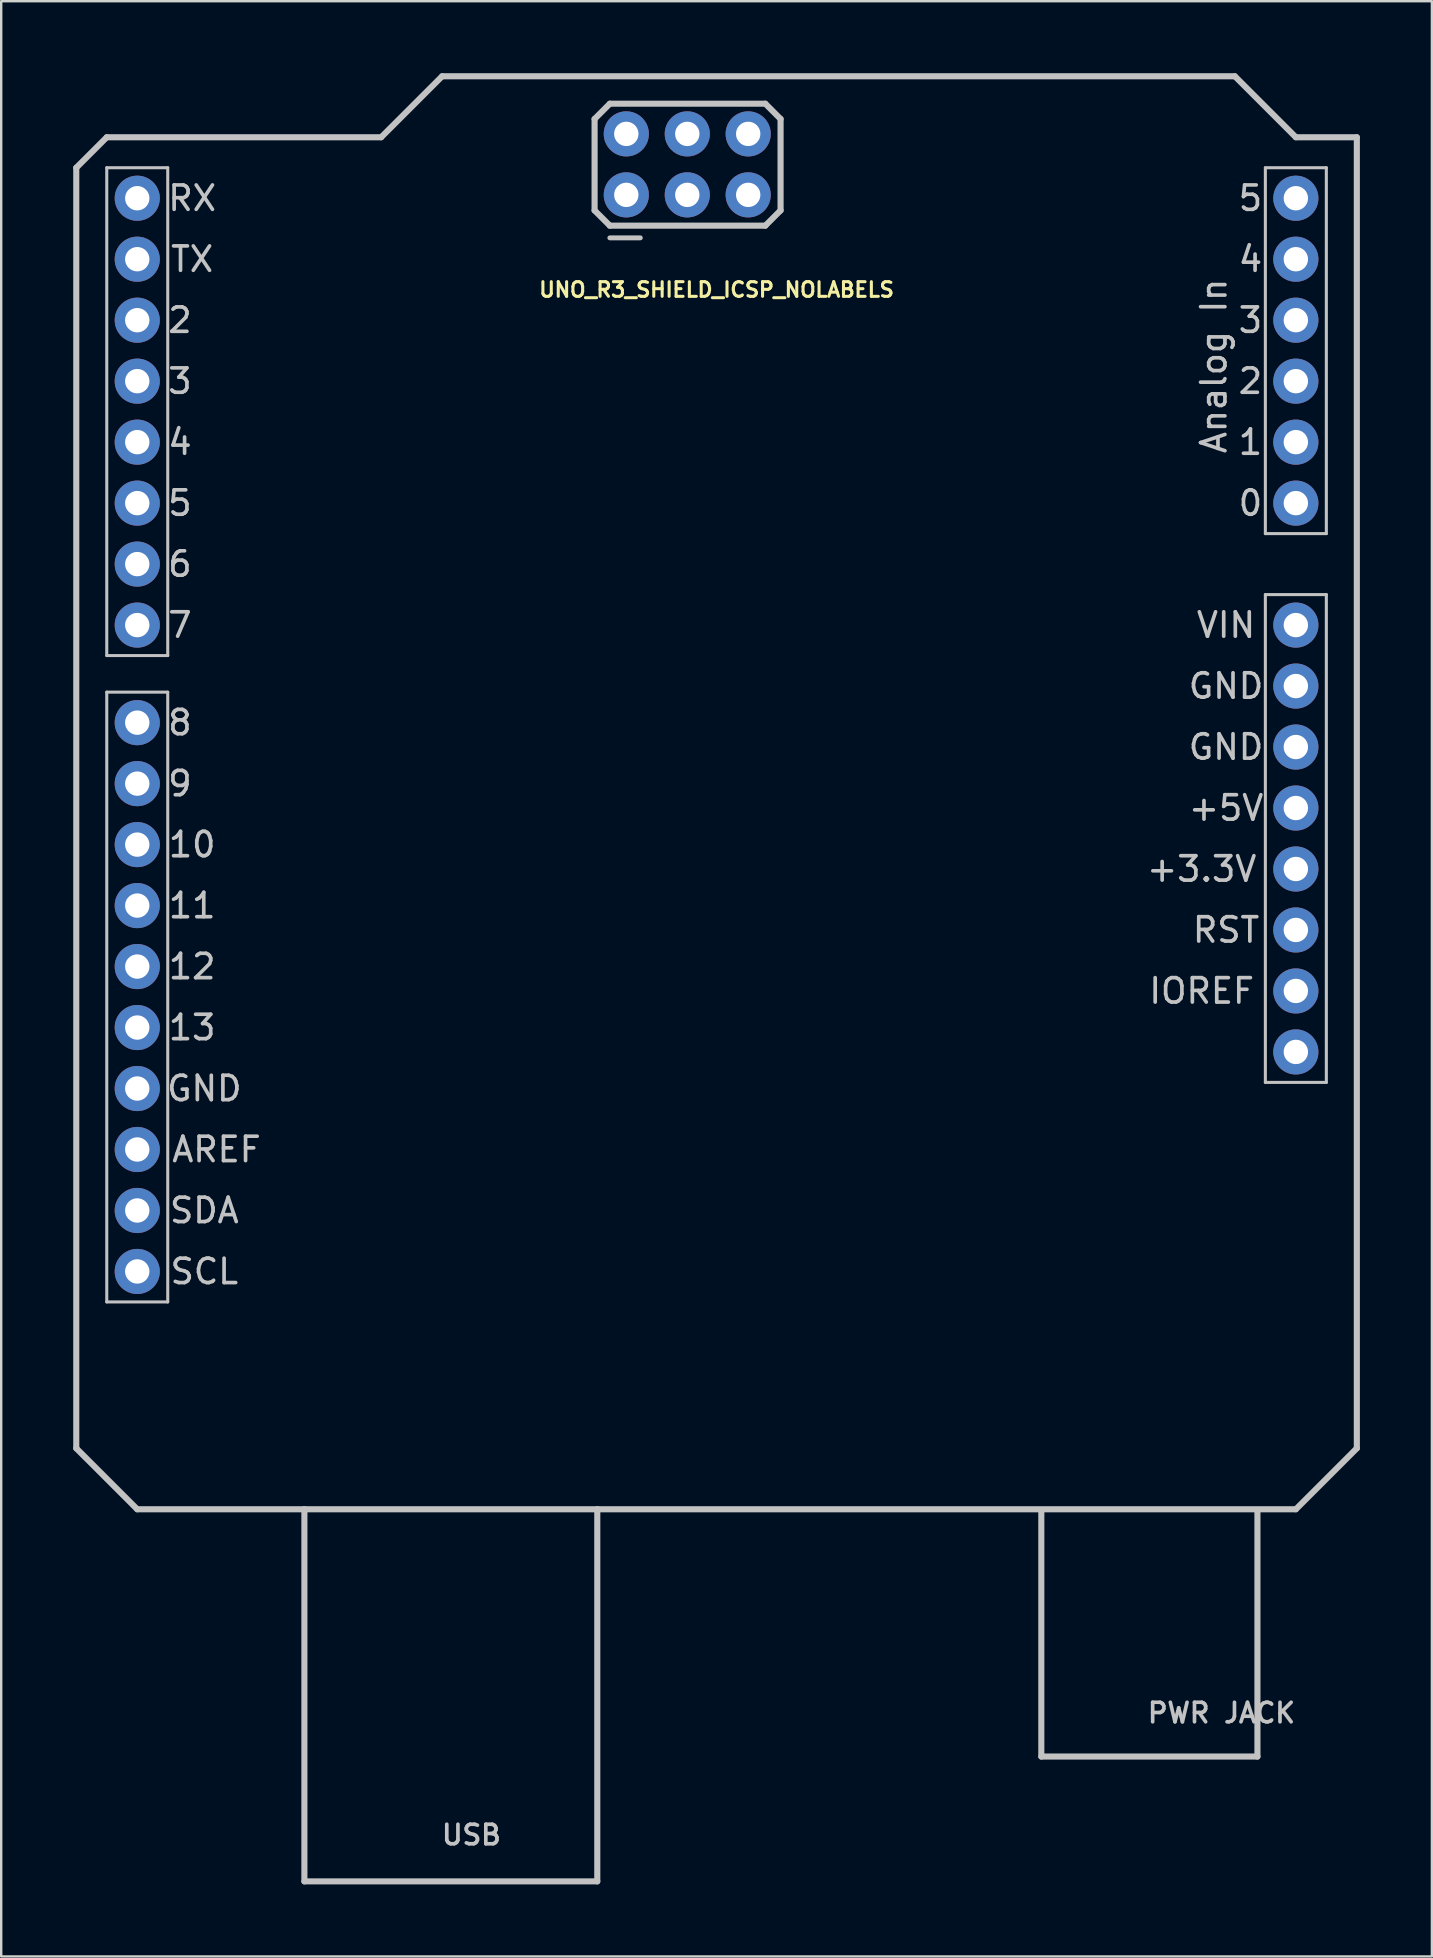
<source format=kicad_pcb>
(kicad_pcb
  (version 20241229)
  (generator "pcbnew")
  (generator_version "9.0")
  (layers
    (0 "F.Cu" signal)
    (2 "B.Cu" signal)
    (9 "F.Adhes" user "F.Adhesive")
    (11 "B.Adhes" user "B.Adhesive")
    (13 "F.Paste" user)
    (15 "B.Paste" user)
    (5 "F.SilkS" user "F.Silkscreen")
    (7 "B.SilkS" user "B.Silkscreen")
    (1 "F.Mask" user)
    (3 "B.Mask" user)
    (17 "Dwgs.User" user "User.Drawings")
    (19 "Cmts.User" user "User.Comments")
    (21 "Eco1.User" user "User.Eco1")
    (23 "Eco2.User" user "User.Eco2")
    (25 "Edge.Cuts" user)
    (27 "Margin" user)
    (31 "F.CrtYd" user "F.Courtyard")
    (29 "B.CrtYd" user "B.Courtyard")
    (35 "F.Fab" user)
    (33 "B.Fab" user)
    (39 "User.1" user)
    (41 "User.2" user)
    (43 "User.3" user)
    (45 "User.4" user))
  (footprint "UNO_R3_SHIELD_ICSP_NOLABELS"
    (layer "F.Cu")
    (at 26.797 29.337)
    (property "Reference" "UNO_R3_SHIELD_ICSP_NOLABELS" (at 0 -20.32 0) (layer "F.SilkS") (effects (font (size 0.61 0.61) (thickness 0.127))))
    (attr exclude_from_pos_files exclude_from_bom)
    (fp_line (start -26.67 -25.4) (end -26.67 27.94) (stroke (width 0.254) (type solid)) (layer "Dwgs.User"))
    (fp_line (start -26.67 27.94) (end -24.13 30.48) (stroke (width 0.254) (type solid)) (layer "Dwgs.User"))
    (fp_line (start -25.4 -26.67) (end -26.67 -25.4) (stroke (width 0.254) (type solid)) (layer "Dwgs.User"))
    (fp_line (start -25.4 -25.4) (end -22.86 -25.4) (stroke (width 0.127) (type solid)) (layer "Dwgs.User"))
    (fp_line (start -25.4 -5.08) (end -25.4 -25.4) (stroke (width 0.127) (type solid)) (layer "Dwgs.User"))
    (fp_line (start -25.4 -3.556) (end -22.86 -3.556) (stroke (width 0.127) (type solid)) (layer "Dwgs.User"))
    (fp_line (start -25.4 21.844) (end -25.4 -3.556) (stroke (width 0.127) (type solid)) (layer "Dwgs.User"))
    (fp_line (start -24.13 30.48) (end -17.168 30.48) (stroke (width 0.254) (type solid)) (layer "Dwgs.User"))
    (fp_line (start -22.86 -25.4) (end -22.86 -5.08) (stroke (width 0.127) (type solid)) (layer "Dwgs.User"))
    (fp_line (start -22.86 -5.08) (end -25.4 -5.08) (stroke (width 0.127) (type solid)) (layer "Dwgs.User"))
    (fp_line (start -22.86 -3.556) (end -22.86 21.844) (stroke (width 0.127) (type solid)) (layer "Dwgs.User"))
    (fp_line (start -22.86 21.844) (end -25.4 21.844) (stroke (width 0.127) (type solid)) (layer "Dwgs.User"))
    (fp_line (start -17.168 30.48) (end -4.968 30.48) (stroke (width 0.254) (type solid)) (layer "Dwgs.User"))
    (fp_line (start -17.168 45.979) (end -17.168 30.48) (stroke (width 0.254) (type solid)) (layer "Dwgs.User"))
    (fp_line (start -17.168 45.979) (end -4.968 45.979) (stroke (width 0.254) (type solid)) (layer "Dwgs.User"))
    (fp_line (start -13.97 -26.67) (end -25.4 -26.67) (stroke (width 0.254) (type solid)) (layer "Dwgs.User"))
    (fp_line (start -11.43 -29.21) (end -13.97 -26.67) (stroke (width 0.254) (type solid)) (layer "Dwgs.User"))
    (fp_line (start -5.08 -27.432) (end -4.445 -28.067) (stroke (width 0.254) (type solid)) (layer "Dwgs.User"))
    (fp_line (start -5.08 -23.622) (end -5.08 -27.432) (stroke (width 0.254) (type solid)) (layer "Dwgs.User"))
    (fp_line (start -4.968 30.48) (end 24.13 30.48) (stroke (width 0.254) (type solid)) (layer "Dwgs.User"))
    (fp_line (start -4.968 45.979) (end -4.968 30.48) (stroke (width 0.254) (type solid)) (layer "Dwgs.User"))
    (fp_line (start -4.445 -28.067) (end 2.032 -28.067) (stroke (width 0.254) (type solid)) (layer "Dwgs.User"))
    (fp_line (start -4.445 -22.987) (end -5.08 -23.622) (stroke (width 0.254) (type solid)) (layer "Dwgs.User"))
    (fp_line (start -3.175 -22.479) (end -4.445 -22.479) (stroke (width 0.203) (type solid)) (layer "Dwgs.User"))
    (fp_line (start 2.032 -28.067) (end 2.667 -27.432) (stroke (width 0.254) (type solid)) (layer "Dwgs.User"))
    (fp_line (start 2.032 -22.987) (end -4.445 -22.987) (stroke (width 0.254) (type solid)) (layer "Dwgs.User"))
    (fp_line (start 2.667 -27.432) (end 2.667 -23.622) (stroke (width 0.254) (type solid)) (layer "Dwgs.User"))
    (fp_line (start 2.667 -23.622) (end 2.032 -22.987) (stroke (width 0.254) (type solid)) (layer "Dwgs.User"))
    (fp_line (start 13.528 40.78) (end 13.528 30.579) (stroke (width 0.254) (type solid)) (layer "Dwgs.User"))
    (fp_line (start 13.528 40.78) (end 22.53 40.78) (stroke (width 0.254) (type solid)) (layer "Dwgs.User"))
    (fp_line (start 21.59 -29.21) (end -11.43 -29.21) (stroke (width 0.254) (type solid)) (layer "Dwgs.User"))
    (fp_line (start 22.53 40.78) (end 22.53 30.579) (stroke (width 0.254) (type solid)) (layer "Dwgs.User"))
    (fp_line (start 22.86 -25.4) (end 25.4 -25.4) (stroke (width 0.127) (type solid)) (layer "Dwgs.User"))
    (fp_line (start 22.86 -10.16) (end 22.86 -25.4) (stroke (width 0.127) (type solid)) (layer "Dwgs.User"))
    (fp_line (start 22.86 -7.62) (end 22.86 12.7) (stroke (width 0.127) (type solid)) (layer "Dwgs.User"))
    (fp_line (start 22.86 12.7) (end 25.4 12.7) (stroke (width 0.127) (type solid)) (layer "Dwgs.User"))
    (fp_line (start 24.13 -26.67) (end 21.59 -29.21) (stroke (width 0.254) (type solid)) (layer "Dwgs.User"))
    (fp_line (start 24.13 30.48) (end 26.67 27.94) (stroke (width 0.254) (type solid)) (layer "Dwgs.User"))
    (fp_line (start 25.4 -25.4) (end 25.4 -10.16) (stroke (width 0.127) (type solid)) (layer "Dwgs.User"))
    (fp_line (start 25.4 -10.16) (end 22.86 -10.16) (stroke (width 0.127) (type solid)) (layer "Dwgs.User"))
    (fp_line (start 25.4 -7.62) (end 22.86 -7.62) (stroke (width 0.127) (type solid)) (layer "Dwgs.User"))
    (fp_line (start 25.4 12.7) (end 25.4 -7.62) (stroke (width 0.127) (type solid)) (layer "Dwgs.User"))
    (fp_line (start 26.67 -26.67) (end 24.13 -26.67) (stroke (width 0.254) (type solid)) (layer "Dwgs.User"))
    (fp_line (start 26.67 27.94) (end 26.67 -26.67) (stroke (width 0.254) (type solid)) (layer "Dwgs.User"))
    (fp_text user "12" (at -21.844 7.874 0) (layer "Dwgs.User") (effects (font (size 1.016 1.016) (thickness 0.152))))
    (fp_text user "TX" (at -21.844 -21.59 0) (layer "Dwgs.User") (effects (font (size 1.016 1.016) (thickness 0.152))))
    (fp_text user "13" (at -21.844 10.414 0) (layer "Dwgs.User") (effects (font (size 1.016 1.016) (thickness 0.152))))
    (fp_text user "4" (at -22.352 -13.97 0) (layer "Dwgs.User") (effects (font (size 1.016 1.016) (thickness 0.152))))
    (fp_text user "SCL" (at -21.336 20.574 0) (layer "Dwgs.User") (effects (font (size 1.016 1.016) (thickness 0.152))))
    (fp_text user "RX" (at -21.844 -24.13 0) (layer "Dwgs.User") (effects (font (size 1.016 1.016) (thickness 0.152))))
    (fp_text user "10" (at -21.844 2.794 0) (layer "Dwgs.User") (effects (font (size 1.016 1.016) (thickness 0.152))))
    (fp_text user "0" (at 22.238 -11.43 180) (layer "Dwgs.User") (effects (font (size 1.016 1.016) (thickness 0.152))))
    (fp_text user "PWR JACK" (at 21.031 38.964 0) (layer "Dwgs.User") (effects (font (size 0.813 0.813) (thickness 0.152))))
    (fp_text user "3" (at 22.238 -19.05 180) (layer "Dwgs.User") (effects (font (size 1.016 1.016) (thickness 0.152))))
    (fp_text user "1" (at 22.238 -13.97 180) (layer "Dwgs.User") (effects (font (size 1.016 1.016) (thickness 0.152))))
    (fp_text user "7" (at -22.352 -6.35 0) (layer "Dwgs.User") (effects (font (size 1.016 1.016) (thickness 0.152))))
    (fp_text user "Analog In" (at 20.714 -17.145 270) (layer "Dwgs.User") (effects (font (size 1.016 1.016) (thickness 0.152))))
    (fp_text user "11" (at -21.844 5.334 0) (layer "Dwgs.User") (effects (font (size 1.016 1.016) (thickness 0.152))))
    (fp_text user "+5V" (at 21.222 1.27 180) (layer "Dwgs.User") (effects (font (size 1.016 1.016) (thickness 0.152))))
    (fp_text user "USB" (at -10.211 44.044 0) (layer "Dwgs.User") (effects (font (size 0.813 0.813) (thickness 0.152))))
    (fp_text user "3" (at -22.352 -16.51 0) (layer "Dwgs.User") (effects (font (size 1.016 1.016) (thickness 0.152))))
    (fp_text user "GND" (at 21.222 -1.27 180) (layer "Dwgs.User") (effects (font (size 1.016 1.016) (thickness 0.152))))
    (fp_text user "8" (at -22.352 -2.286 0) (layer "Dwgs.User") (effects (font (size 1.016 1.016) (thickness 0.152))))
    (fp_text user "RST" (at 21.222 6.35 180) (layer "Dwgs.User") (effects (font (size 1.016 1.016) (thickness 0.152))))
    (fp_text user "9" (at -22.352 0.254 0) (layer "Dwgs.User") (effects (font (size 1.016 1.016) (thickness 0.152))))
    (fp_text user "AREF" (at -20.828 15.494 0) (layer "Dwgs.User") (effects (font (size 1.016 1.016) (thickness 0.152))))
    (fp_text user "GND" (at -21.336 12.954 0) (layer "Dwgs.User") (effects (font (size 1.016 1.016) (thickness 0.152))))
    (fp_text user "4" (at 22.238 -21.59 180) (layer "Dwgs.User") (effects (font (size 1.016 1.016) (thickness 0.152))))
    (fp_text user "5" (at -22.352 -11.43 0) (layer "Dwgs.User") (effects (font (size 1.016 1.016) (thickness 0.152))))
    (fp_text user "IOREF" (at 20.206 8.89 180) (layer "Dwgs.User") (effects (font (size 1.016 1.016) (thickness 0.152))))
    (fp_text user "2" (at -22.352 -19.05 0) (layer "Dwgs.User") (effects (font (size 1.016 1.016) (thickness 0.152))))
    (fp_text user "SDA" (at -21.336 18.034 0) (layer "Dwgs.User") (effects (font (size 1.016 1.016) (thickness 0.152))))
    (fp_text user "5" (at 22.238 -24.13 180) (layer "Dwgs.User") (effects (font (size 1.016 1.016) (thickness 0.152))))
    (fp_text user "6" (at -22.352 -8.89 0) (layer "Dwgs.User") (effects (font (size 1.016 1.016) (thickness 0.152))))
    (fp_text user "+3.3V" (at 20.206 3.81 180) (layer "Dwgs.User") (effects (font (size 1.016 1.016) (thickness 0.152))))
    (fp_text user "GND" (at 21.222 -3.81 180) (layer "Dwgs.User") (effects (font (size 1.016 1.016) (thickness 0.152))))
    (fp_text user "VIN" (at 21.222 -6.35 180) (layer "Dwgs.User") (effects (font (size 1.016 1.016) (thickness 0.152))))
    (fp_text user "2" (at 22.238 -16.51 180) (layer "Dwgs.User") (effects (font (size 1.016 1.016) (thickness 0.152))))
    (pad "3.3V" thru_hole circle (at 24.13 3.81) (size 1.88 1.88) (drill 1.016) (layers "*.Cu" "*.Mask"))
    (pad "5V" thru_hole circle (at 24.13 1.27) (size 1.88 1.88) (drill 1.016) (layers "*.Cu" "*.Mask"))
    (pad "5V_I" thru_hole circle (at -3.759 -26.81) (size 1.88 1.88) (drill 1.016) (layers "*.Cu" "*.Mask"))
    (pad "A0" thru_hole circle (at 24.13 -11.43) (size 1.88 1.88) (drill 1.016) (layers "*.Cu" "*.Mask"))
    (pad "A1" thru_hole circle (at 24.13 -13.97) (size 1.88 1.88) (drill 1.016) (layers "*.Cu" "*.Mask"))
    (pad "A2" thru_hole circle (at 24.13 -16.51) (size 1.88 1.88) (drill 1.016) (layers "*.Cu" "*.Mask"))
    (pad "A3" thru_hole circle (at 24.13 -19.05) (size 1.88 1.88) (drill 1.016) (layers "*.Cu" "*.Mask"))
    (pad "A4" thru_hole circle (at 24.13 -21.59) (size 1.88 1.88) (drill 1.016) (layers "*.Cu" "*.Mask"))
    (pad "A5" thru_hole circle (at 24.13 -24.13) (size 1.88 1.88) (drill 1.016) (layers "*.Cu" "*.Mask"))
    (pad "AREF" thru_hole circle (at -24.13 15.494) (size 1.88 1.88) (drill 1.016) (layers "*.Cu" "*.Mask"))
    (pad "D2" thru_hole circle (at -24.13 -19.05) (size 1.88 1.88) (drill 1.016) (layers "*.Cu" "*.Mask"))
    (pad "D3" thru_hole circle (at -24.13 -16.51) (size 1.88 1.88) (drill 1.016) (layers "*.Cu" "*.Mask"))
    (pad "D4" thru_hole circle (at -24.13 -13.97) (size 1.88 1.88) (drill 1.016) (layers "*.Cu" "*.Mask"))
    (pad "D5" thru_hole circle (at -24.13 -11.43) (size 1.88 1.88) (drill 1.016) (layers "*.Cu" "*.Mask"))
    (pad "D6" thru_hole circle (at -24.13 -8.89) (size 1.88 1.88) (drill 1.016) (layers "*.Cu" "*.Mask"))
    (pad "D7" thru_hole circle (at -24.13 -6.35) (size 1.88 1.88) (drill 1.016) (layers "*.Cu" "*.Mask"))
    (pad "D8" thru_hole circle (at -24.13 -2.286) (size 1.88 1.88) (drill 1.016) (layers "*.Cu" "*.Mask"))
    (pad "D9" thru_hole circle (at -24.13 0.254) (size 1.88 1.88) (drill 1.016) (layers "*.Cu" "*.Mask"))
    (pad "D10" thru_hole circle (at -24.13 2.794) (size 1.88 1.88) (drill 1.016) (layers "*.Cu" "*.Mask"))
    (pad "D11" thru_hole circle (at -24.13 5.334) (size 1.88 1.88) (drill 1.016) (layers "*.Cu" "*.Mask"))
    (pad "D12" thru_hole circle (at -24.13 7.874) (size 1.88 1.88) (drill 1.016) (layers "*.Cu" "*.Mask"))
    (pad "D13" thru_hole circle (at -24.13 10.414) (size 1.88 1.88) (drill 1.016) (layers "*.Cu" "*.Mask"))
    (pad "GND@" thru_hole circle (at -24.13 12.954) (size 1.88 1.88) (drill 1.016) (layers "*.Cu" "*.Mask"))
    (pad "GND@" thru_hole circle (at 24.13 -3.81) (size 1.88 1.88) (drill 1.016) (layers "*.Cu" "*.Mask"))
    (pad "GND@" thru_hole circle (at 24.13 -1.27) (size 1.88 1.88) (drill 1.016) (layers "*.Cu" "*.Mask"))
    (pad "GND_" thru_hole circle (at 1.318 -26.81) (size 1.88 1.88) (drill 1.016) (layers "*.Cu" "*.Mask"))
    (pad "IORE" thru_hole circle (at 24.13 8.89) (size 1.88 1.88) (drill 1.016) (layers "*.Cu" "*.Mask"))
    (pad "MISO" thru_hole circle (at -3.759 -24.27) (size 1.88 1.88) (drill 1.016) (layers "*.Cu" "*.Mask"))
    (pad "MOSI" thru_hole circle (at -1.219 -26.81) (size 1.88 1.88) (drill 1.016) (layers "*.Cu" "*.Mask"))
    (pad "NC" thru_hole circle (at 24.13 11.43) (size 1.88 1.88) (drill 1.016) (layers "*.Cu" "*.Mask"))
    (pad "RES" thru_hole circle (at 24.13 6.35) (size 1.88 1.88) (drill 1.016) (layers "*.Cu" "*.Mask"))
    (pad "RST_" thru_hole circle (at 1.318 -24.27) (size 1.88 1.88) (drill 1.016) (layers "*.Cu" "*.Mask"))
    (pad "RX" thru_hole circle (at -24.13 -24.13) (size 1.88 1.88) (drill 1.016) (layers "*.Cu" "*.Mask"))
    (pad "SCK" thru_hole circle (at -1.219 -24.27) (size 1.88 1.88) (drill 1.016) (layers "*.Cu" "*.Mask"))
    (pad "SCL" thru_hole circle (at -24.13 20.574) (size 1.88 1.88) (drill 1.016) (layers "*.Cu" "*.Mask"))
    (pad "SDA" thru_hole circle (at -24.13 18.034) (size 1.88 1.88) (drill 1.016) (layers "*.Cu" "*.Mask"))
    (pad "TX" thru_hole circle (at -24.13 -21.59) (size 1.88 1.88) (drill 1.016) (layers "*.Cu" "*.Mask"))
    (pad "VIN" thru_hole circle (at 24.13 -6.35) (size 1.88 1.88) (drill 1.016) (layers "*.Cu" "*.Mask")))
  (gr_rect
    (start -3 -3)
    (end 56.594 78.443)
    (stroke (width 0.1) (type default))
    (fill no)
    (layer "Edge.Cuts")))
</source>
